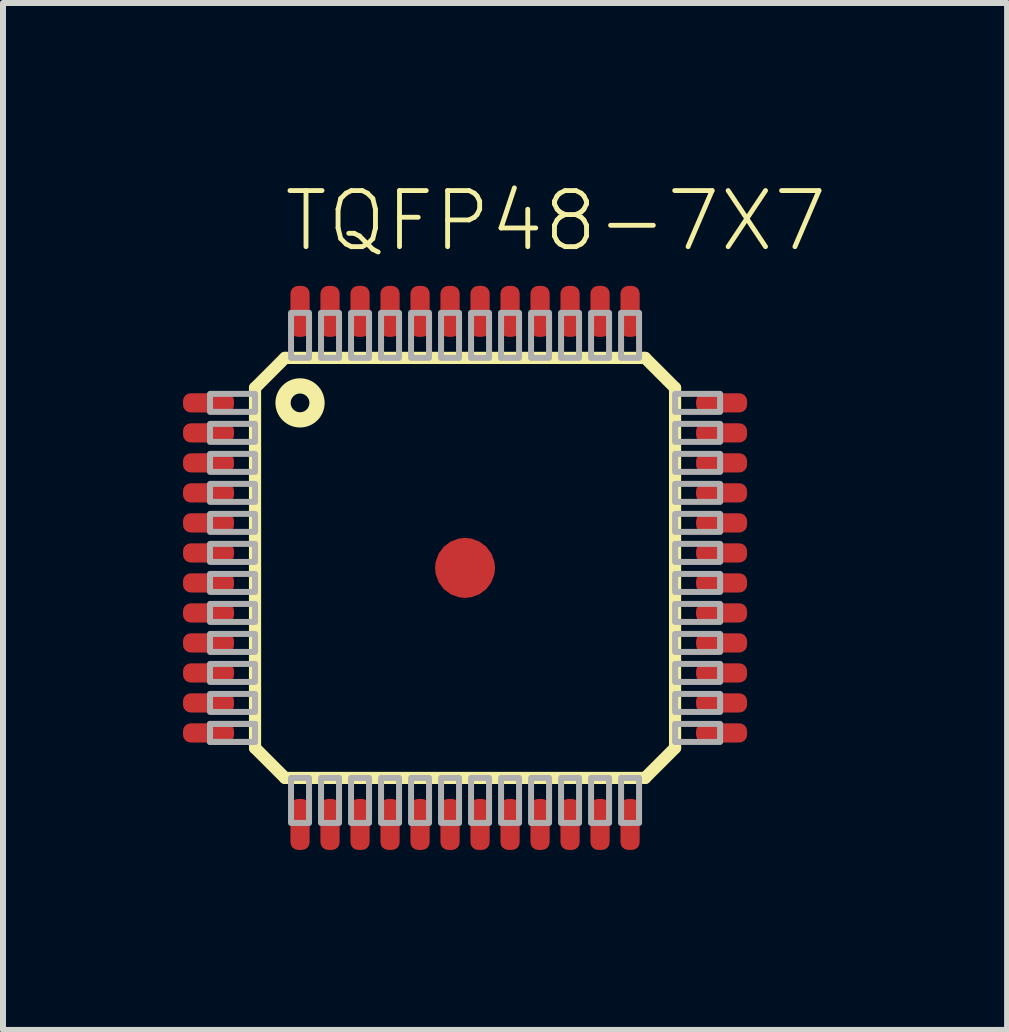
<source format=kicad_pcb>
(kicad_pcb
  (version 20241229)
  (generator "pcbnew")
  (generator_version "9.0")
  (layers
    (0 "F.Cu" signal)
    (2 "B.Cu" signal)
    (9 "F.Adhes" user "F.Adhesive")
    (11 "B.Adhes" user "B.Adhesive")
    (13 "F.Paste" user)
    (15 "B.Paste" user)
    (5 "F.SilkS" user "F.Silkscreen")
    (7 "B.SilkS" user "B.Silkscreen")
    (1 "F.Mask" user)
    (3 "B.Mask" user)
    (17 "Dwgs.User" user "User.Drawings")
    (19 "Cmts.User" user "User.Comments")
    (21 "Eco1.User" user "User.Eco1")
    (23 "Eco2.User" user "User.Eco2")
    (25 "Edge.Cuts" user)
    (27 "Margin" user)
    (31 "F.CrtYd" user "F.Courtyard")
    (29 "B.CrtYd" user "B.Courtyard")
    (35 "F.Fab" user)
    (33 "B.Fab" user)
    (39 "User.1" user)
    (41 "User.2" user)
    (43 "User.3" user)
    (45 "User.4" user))
  (footprint "TQFP48-7X7"
    (layer "F.Cu")
    (at 4.7 6.414)
    (property "Reference" "TQFP48-7X7" (at -3.06 -5.235 0) (unlocked yes) (layer "F.SilkS") (effects (font (size 0.935 0.935) (thickness 0.081)) (justify left bottom)))
    (fp_circle (center 0 0) (end 0.635 0) (stroke (width 1.27) (type solid)) (fill no) (layer "F.Mask"))
    (fp_line (start -3.5 -3) (end -3 -3.5) (stroke (width 0.203) (type solid)) (layer "F.SilkS"))
    (fp_line (start -3.5 3) (end -3.5 -3) (stroke (width 0.203) (type solid)) (layer "F.SilkS"))
    (fp_line (start -3 -3.5) (end 3 -3.5) (stroke (width 0.203) (type solid)) (layer "F.SilkS"))
    (fp_line (start -3 3.5) (end -3.5 3) (stroke (width 0.203) (type solid)) (layer "F.SilkS"))
    (fp_line (start 3 -3.5) (end 3.5 -3) (stroke (width 0.203) (type solid)) (layer "F.SilkS"))
    (fp_line (start 3 3.5) (end -3 3.5) (stroke (width 0.203) (type solid)) (layer "F.SilkS"))
    (fp_line (start 3.5 -3) (end 3.5 3) (stroke (width 0.203) (type solid)) (layer "F.SilkS"))
    (fp_line (start 3.5 3) (end 3 3.5) (stroke (width 0.203) (type solid)) (layer "F.SilkS"))
    (fp_circle (center -2.75 -2.75) (end -2.467 -2.75) (stroke (width 0.254) (type solid)) (fill no) (layer "F.SilkS"))
    (fp_poly (pts (xy -4.25 -2.6) (xy -3.5 -2.6) (xy -3.5 -2.9) (xy -4.25 -2.9)) (stroke (width 0.1) (type default)) (fill no) (layer "F.Fab"))
    (fp_poly (pts (xy -4.25 -2.1) (xy -3.5 -2.1) (xy -3.5 -2.4) (xy -4.25 -2.4)) (stroke (width 0.1) (type default)) (fill no) (layer "F.Fab"))
    (fp_poly (pts (xy -4.25 -1.6) (xy -3.5 -1.6) (xy -3.5 -1.9) (xy -4.25 -1.9)) (stroke (width 0.1) (type default)) (fill no) (layer "F.Fab"))
    (fp_poly (pts (xy -4.25 -1.1) (xy -3.5 -1.1) (xy -3.5 -1.4) (xy -4.25 -1.4)) (stroke (width 0.1) (type default)) (fill no) (layer "F.Fab"))
    (fp_poly (pts (xy -4.25 -0.6) (xy -3.5 -0.6) (xy -3.5 -0.9) (xy -4.25 -0.9)) (stroke (width 0.1) (type default)) (fill no) (layer "F.Fab"))
    (fp_poly (pts (xy -4.25 -0.1) (xy -3.5 -0.1) (xy -3.5 -0.4) (xy -4.25 -0.4)) (stroke (width 0.1) (type default)) (fill no) (layer "F.Fab"))
    (fp_poly (pts (xy -4.25 0.4) (xy -3.5 0.4) (xy -3.5 0.1) (xy -4.25 0.1)) (stroke (width 0.1) (type default)) (fill no) (layer "F.Fab"))
    (fp_poly (pts (xy -4.25 0.9) (xy -3.5 0.9) (xy -3.5 0.6) (xy -4.25 0.6)) (stroke (width 0.1) (type default)) (fill no) (layer "F.Fab"))
    (fp_poly (pts (xy -4.25 1.4) (xy -3.5 1.4) (xy -3.5 1.1) (xy -4.25 1.1)) (stroke (width 0.1) (type default)) (fill no) (layer "F.Fab"))
    (fp_poly (pts (xy -4.25 1.9) (xy -3.5 1.9) (xy -3.5 1.6) (xy -4.25 1.6)) (stroke (width 0.1) (type default)) (fill no) (layer "F.Fab"))
    (fp_poly (pts (xy -4.25 2.4) (xy -3.5 2.4) (xy -3.5 2.1) (xy -4.25 2.1)) (stroke (width 0.1) (type default)) (fill no) (layer "F.Fab"))
    (fp_poly (pts (xy -4.25 2.9) (xy -3.5 2.9) (xy -3.5 2.6) (xy -4.25 2.6)) (stroke (width 0.1) (type default)) (fill no) (layer "F.Fab"))
    (fp_poly (pts (xy -4.25 2.9) (xy -3.5 2.9) (xy -3.5 2.6) (xy -4.25 2.6)) (stroke (width 0.1) (type default)) (fill no) (layer "F.Fab"))
    (fp_poly (pts (xy -2.9 -3.5) (xy -2.6 -3.5) (xy -2.6 -4.25) (xy -2.9 -4.25)) (stroke (width 0.1) (type default)) (fill no) (layer "F.Fab"))
    (fp_poly (pts (xy -2.9 4.25) (xy -2.6 4.25) (xy -2.6 3.5) (xy -2.9 3.5)) (stroke (width 0.1) (type default)) (fill no) (layer "F.Fab"))
    (fp_poly (pts (xy -2.4 -3.5) (xy -2.1 -3.5) (xy -2.1 -4.25) (xy -2.4 -4.25)) (stroke (width 0.1) (type default)) (fill no) (layer "F.Fab"))
    (fp_poly (pts (xy -2.4 4.25) (xy -2.1 4.25) (xy -2.1 3.5) (xy -2.4 3.5)) (stroke (width 0.1) (type default)) (fill no) (layer "F.Fab"))
    (fp_poly (pts (xy -1.9 -3.5) (xy -1.6 -3.5) (xy -1.6 -4.25) (xy -1.9 -4.25)) (stroke (width 0.1) (type default)) (fill no) (layer "F.Fab"))
    (fp_poly (pts (xy -1.9 4.25) (xy -1.6 4.25) (xy -1.6 3.5) (xy -1.9 3.5)) (stroke (width 0.1) (type default)) (fill no) (layer "F.Fab"))
    (fp_poly (pts (xy -1.4 -3.5) (xy -1.1 -3.5) (xy -1.1 -4.25) (xy -1.4 -4.25)) (stroke (width 0.1) (type default)) (fill no) (layer "F.Fab"))
    (fp_poly (pts (xy -1.4 4.25) (xy -1.1 4.25) (xy -1.1 3.5) (xy -1.4 3.5)) (stroke (width 0.1) (type default)) (fill no) (layer "F.Fab"))
    (fp_poly (pts (xy -0.9 -3.5) (xy -0.6 -3.5) (xy -0.6 -4.25) (xy -0.9 -4.25)) (stroke (width 0.1) (type default)) (fill no) (layer "F.Fab"))
    (fp_poly (pts (xy -0.9 4.25) (xy -0.6 4.25) (xy -0.6 3.5) (xy -0.9 3.5)) (stroke (width 0.1) (type default)) (fill no) (layer "F.Fab"))
    (fp_poly (pts (xy -0.4 -3.5) (xy -0.1 -3.5) (xy -0.1 -4.25) (xy -0.4 -4.25)) (stroke (width 0.1) (type default)) (fill no) (layer "F.Fab"))
    (fp_poly (pts (xy -0.4 4.25) (xy -0.1 4.25) (xy -0.1 3.5) (xy -0.4 3.5)) (stroke (width 0.1) (type default)) (fill no) (layer "F.Fab"))
    (fp_poly (pts (xy 0.1 -3.5) (xy 0.4 -3.5) (xy 0.4 -4.25) (xy 0.1 -4.25)) (stroke (width 0.1) (type default)) (fill no) (layer "F.Fab"))
    (fp_poly (pts (xy 0.1 4.25) (xy 0.4 4.25) (xy 0.4 3.5) (xy 0.1 3.5)) (stroke (width 0.1) (type default)) (fill no) (layer "F.Fab"))
    (fp_poly (pts (xy 0.6 -3.5) (xy 0.9 -3.5) (xy 0.9 -4.25) (xy 0.6 -4.25)) (stroke (width 0.1) (type default)) (fill no) (layer "F.Fab"))
    (fp_poly (pts (xy 0.6 4.25) (xy 0.9 4.25) (xy 0.9 3.5) (xy 0.6 3.5)) (stroke (width 0.1) (type default)) (fill no) (layer "F.Fab"))
    (fp_poly (pts (xy 1.1 -3.5) (xy 1.4 -3.5) (xy 1.4 -4.25) (xy 1.1 -4.25)) (stroke (width 0.1) (type default)) (fill no) (layer "F.Fab"))
    (fp_poly (pts (xy 1.1 4.25) (xy 1.4 4.25) (xy 1.4 3.5) (xy 1.1 3.5)) (stroke (width 0.1) (type default)) (fill no) (layer "F.Fab"))
    (fp_poly (pts (xy 1.6 -3.5) (xy 1.9 -3.5) (xy 1.9 -4.25) (xy 1.6 -4.25)) (stroke (width 0.1) (type default)) (fill no) (layer "F.Fab"))
    (fp_poly (pts (xy 1.6 4.25) (xy 1.9 4.25) (xy 1.9 3.5) (xy 1.6 3.5)) (stroke (width 0.1) (type default)) (fill no) (layer "F.Fab"))
    (fp_poly (pts (xy 2.1 -3.5) (xy 2.4 -3.5) (xy 2.4 -4.25) (xy 2.1 -4.25)) (stroke (width 0.1) (type default)) (fill no) (layer "F.Fab"))
    (fp_poly (pts (xy 2.1 4.25) (xy 2.4 4.25) (xy 2.4 3.5) (xy 2.1 3.5)) (stroke (width 0.1) (type default)) (fill no) (layer "F.Fab"))
    (fp_poly (pts (xy 2.6 -3.5) (xy 2.9 -3.5) (xy 2.9 -4.25) (xy 2.6 -4.25)) (stroke (width 0.1) (type default)) (fill no) (layer "F.Fab"))
    (fp_poly (pts (xy 2.6 4.25) (xy 2.9 4.25) (xy 2.9 3.5) (xy 2.6 3.5)) (stroke (width 0.1) (type default)) (fill no) (layer "F.Fab"))
    (fp_poly (pts (xy 3.5 -2.6) (xy 4.25 -2.6) (xy 4.25 -2.9) (xy 3.5 -2.9)) (stroke (width 0.1) (type default)) (fill no) (layer "F.Fab"))
    (fp_poly (pts (xy 3.5 -2.1) (xy 4.25 -2.1) (xy 4.25 -2.4) (xy 3.5 -2.4)) (stroke (width 0.1) (type default)) (fill no) (layer "F.Fab"))
    (fp_poly (pts (xy 3.5 -1.6) (xy 4.25 -1.6) (xy 4.25 -1.9) (xy 3.5 -1.9)) (stroke (width 0.1) (type default)) (fill no) (layer "F.Fab"))
    (fp_poly (pts (xy 3.5 -1.1) (xy 4.25 -1.1) (xy 4.25 -1.4) (xy 3.5 -1.4)) (stroke (width 0.1) (type default)) (fill no) (layer "F.Fab"))
    (fp_poly (pts (xy 3.5 -0.6) (xy 4.25 -0.6) (xy 4.25 -0.9) (xy 3.5 -0.9)) (stroke (width 0.1) (type default)) (fill no) (layer "F.Fab"))
    (fp_poly (pts (xy 3.5 -0.1) (xy 4.25 -0.1) (xy 4.25 -0.4) (xy 3.5 -0.4)) (stroke (width 0.1) (type default)) (fill no) (layer "F.Fab"))
    (fp_poly (pts (xy 3.5 0.4) (xy 4.25 0.4) (xy 4.25 0.1) (xy 3.5 0.1)) (stroke (width 0.1) (type default)) (fill no) (layer "F.Fab"))
    (fp_poly (pts (xy 3.5 0.9) (xy 4.25 0.9) (xy 4.25 0.6) (xy 3.5 0.6)) (stroke (width 0.1) (type default)) (fill no) (layer "F.Fab"))
    (fp_poly (pts (xy 3.5 1.4) (xy 4.25 1.4) (xy 4.25 1.1) (xy 3.5 1.1)) (stroke (width 0.1) (type default)) (fill no) (layer "F.Fab"))
    (fp_poly (pts (xy 3.5 1.9) (xy 4.25 1.9) (xy 4.25 1.6) (xy 3.5 1.6)) (stroke (width 0.1) (type default)) (fill no) (layer "F.Fab"))
    (fp_poly (pts (xy 3.5 2.4) (xy 4.25 2.4) (xy 4.25 2.1) (xy 3.5 2.1)) (stroke (width 0.1) (type default)) (fill no) (layer "F.Fab"))
    (fp_poly (pts (xy 3.5 2.9) (xy 4.25 2.9) (xy 4.25 2.6) (xy 3.5 2.6)) (stroke (width 0.1) (type default)) (fill no) (layer "F.Fab"))
    (pad "1" smd roundrect (at -4.275 -2.75) (size 0.85 0.32) (layers "F.Cu" "F.Mask" "F.Paste") (roundrect_rratio 0.4))
    (pad "2" smd roundrect (at -4.275 -2.25) (size 0.85 0.32) (layers "F.Cu" "F.Mask" "F.Paste") (roundrect_rratio 0.4))
    (pad "3" smd roundrect (at -4.275 -1.75) (size 0.85 0.32) (layers "F.Cu" "F.Mask" "F.Paste") (roundrect_rratio 0.4))
    (pad "4" smd roundrect (at -4.275 -1.25) (size 0.85 0.32) (layers "F.Cu" "F.Mask" "F.Paste") (roundrect_rratio 0.4))
    (pad "5" smd roundrect (at -4.275 -0.75) (size 0.85 0.32) (layers "F.Cu" "F.Mask" "F.Paste") (roundrect_rratio 0.4))
    (pad "6" smd roundrect (at -4.275 -0.25) (size 0.85 0.32) (layers "F.Cu" "F.Mask" "F.Paste") (roundrect_rratio 0.4))
    (pad "7" smd roundrect (at -4.275 0.25) (size 0.85 0.32) (layers "F.Cu" "F.Mask" "F.Paste") (roundrect_rratio 0.4))
    (pad "8" smd roundrect (at -4.275 0.75) (size 0.85 0.32) (layers "F.Cu" "F.Mask" "F.Paste") (roundrect_rratio 0.4))
    (pad "9" smd roundrect (at -4.275 1.25) (size 0.85 0.32) (layers "F.Cu" "F.Mask" "F.Paste") (roundrect_rratio 0.4))
    (pad "10" smd roundrect (at -4.275 1.75) (size 0.85 0.32) (layers "F.Cu" "F.Mask" "F.Paste") (roundrect_rratio 0.4))
    (pad "11" smd roundrect (at -4.275 2.25) (size 0.85 0.32) (layers "F.Cu" "F.Mask" "F.Paste") (roundrect_rratio 0.4))
    (pad "12" smd roundrect (at -4.275 2.75) (size 0.85 0.32) (layers "F.Cu" "F.Mask" "F.Paste") (roundrect_rratio 0.4))
    (pad "13" smd roundrect (at -2.75 4.275 90) (size 0.85 0.32) (layers "F.Cu" "F.Mask" "F.Paste") (roundrect_rratio 0.4))
    (pad "14" smd roundrect (at -2.25 4.275 90) (size 0.85 0.32) (layers "F.Cu" "F.Mask" "F.Paste") (roundrect_rratio 0.4))
    (pad "15" smd roundrect (at -1.75 4.275 90) (size 0.85 0.32) (layers "F.Cu" "F.Mask" "F.Paste") (roundrect_rratio 0.4))
    (pad "16" smd roundrect (at -1.25 4.275 90) (size 0.85 0.32) (layers "F.Cu" "F.Mask" "F.Paste") (roundrect_rratio 0.4))
    (pad "17" smd roundrect (at -0.75 4.275 90) (size 0.85 0.32) (layers "F.Cu" "F.Mask" "F.Paste") (roundrect_rratio 0.4))
    (pad "18" smd roundrect (at -0.25 4.275 90) (size 0.85 0.32) (layers "F.Cu" "F.Mask" "F.Paste") (roundrect_rratio 0.4))
    (pad "19" smd roundrect (at 0.25 4.275 90) (size 0.85 0.32) (layers "F.Cu" "F.Mask" "F.Paste") (roundrect_rratio 0.4))
    (pad "20" smd roundrect (at 0.75 4.275 90) (size 0.85 0.32) (layers "F.Cu" "F.Mask" "F.Paste") (roundrect_rratio 0.4))
    (pad "21" smd roundrect (at 1.25 4.275 90) (size 0.85 0.32) (layers "F.Cu" "F.Mask" "F.Paste") (roundrect_rratio 0.4))
    (pad "22" smd roundrect (at 1.75 4.275 90) (size 0.85 0.32) (layers "F.Cu" "F.Mask" "F.Paste") (roundrect_rratio 0.4))
    (pad "23" smd roundrect (at 2.25 4.275 90) (size 0.85 0.32) (layers "F.Cu" "F.Mask" "F.Paste") (roundrect_rratio 0.4))
    (pad "24" smd roundrect (at 2.75 4.275 90) (size 0.85 0.32) (layers "F.Cu" "F.Mask" "F.Paste") (roundrect_rratio 0.4))
    (pad "25" smd roundrect (at 4.275 2.75) (size 0.85 0.32) (layers "F.Cu" "F.Mask" "F.Paste") (roundrect_rratio 0.4))
    (pad "26" smd roundrect (at 4.275 2.25) (size 0.85 0.32) (layers "F.Cu" "F.Mask" "F.Paste") (roundrect_rratio 0.4))
    (pad "27" smd roundrect (at 4.275 1.75) (size 0.85 0.32) (layers "F.Cu" "F.Mask" "F.Paste") (roundrect_rratio 0.4))
    (pad "28" smd roundrect (at 4.275 1.25) (size 0.85 0.32) (layers "F.Cu" "F.Mask" "F.Paste") (roundrect_rratio 0.4))
    (pad "29" smd roundrect (at 4.275 0.75) (size 0.85 0.32) (layers "F.Cu" "F.Mask" "F.Paste") (roundrect_rratio 0.4))
    (pad "30" smd roundrect (at 4.275 0.25) (size 0.85 0.32) (layers "F.Cu" "F.Mask" "F.Paste") (roundrect_rratio 0.4))
    (pad "31" smd roundrect (at 4.275 -0.25) (size 0.85 0.32) (layers "F.Cu" "F.Mask" "F.Paste") (roundrect_rratio 0.4))
    (pad "32" smd roundrect (at 4.275 -0.75) (size 0.85 0.32) (layers "F.Cu" "F.Mask" "F.Paste") (roundrect_rratio 0.4))
    (pad "33" smd roundrect (at 4.275 -1.25) (size 0.85 0.32) (layers "F.Cu" "F.Mask" "F.Paste") (roundrect_rratio 0.4))
    (pad "34" smd roundrect (at 4.275 -1.75) (size 0.85 0.32) (layers "F.Cu" "F.Mask" "F.Paste") (roundrect_rratio 0.4))
    (pad "35" smd roundrect (at 4.275 -2.25) (size 0.85 0.32) (layers "F.Cu" "F.Mask" "F.Paste") (roundrect_rratio 0.4))
    (pad "36" smd roundrect (at 4.275 -2.75) (size 0.85 0.32) (layers "F.Cu" "F.Mask" "F.Paste") (roundrect_rratio 0.4))
    (pad "37" smd roundrect (at 2.75 -4.275 90) (size 0.85 0.32) (layers "F.Cu" "F.Mask" "F.Paste") (roundrect_rratio 0.4))
    (pad "38" smd roundrect (at 2.25 -4.275 90) (size 0.85 0.32) (layers "F.Cu" "F.Mask" "F.Paste") (roundrect_rratio 0.4))
    (pad "39" smd roundrect (at 1.75 -4.275 90) (size 0.85 0.32) (layers "F.Cu" "F.Mask" "F.Paste") (roundrect_rratio 0.4))
    (pad "40" smd roundrect (at 1.25 -4.275 90) (size 0.85 0.32) (layers "F.Cu" "F.Mask" "F.Paste") (roundrect_rratio 0.4))
    (pad "41" smd roundrect (at 0.75 -4.275 90) (size 0.85 0.32) (layers "F.Cu" "F.Mask" "F.Paste") (roundrect_rratio 0.4))
    (pad "42" smd roundrect (at 0.25 -4.275 90) (size 0.85 0.32) (layers "F.Cu" "F.Mask" "F.Paste") (roundrect_rratio 0.4))
    (pad "43" smd roundrect (at -0.25 -4.275 90) (size 0.85 0.32) (layers "F.Cu" "F.Mask" "F.Paste") (roundrect_rratio 0.4))
    (pad "44" smd roundrect (at -0.75 -4.275 90) (size 0.85 0.32) (layers "F.Cu" "F.Mask" "F.Paste") (roundrect_rratio 0.4))
    (pad "45" smd roundrect (at -1.25 -4.275 90) (size 0.85 0.32) (layers "F.Cu" "F.Mask" "F.Paste") (roundrect_rratio 0.4))
    (pad "46" smd roundrect (at -1.75 -4.275 90) (size 0.85 0.32) (layers "F.Cu" "F.Mask" "F.Paste") (roundrect_rratio 0.4))
    (pad "47" smd roundrect (at -2.25 -4.275 90) (size 0.85 0.32) (layers "F.Cu" "F.Mask" "F.Paste") (roundrect_rratio 0.4))
    (pad "48" smd roundrect (at -2.75 -4.275 90) (size 0.85 0.32) (layers "F.Cu" "F.Mask" "F.Paste") (roundrect_rratio 0.4))
    (pad "P$1" smd roundrect (at 0 0) (size 1 1) (layers "F.Cu") (roundrect_rratio 0.5))
    (zone (net_name "") (layer "F.Cu") (hatch edge 0.5) (connect_pads) (min_thickness 0.25) (filled_areas_thickness no) (keepout (tracks not_allowed) (vias not_allowed) (pads not_allowed) (copperpour not_allowed) (footprints allowed)) (placement (enabled no)) (fill) (polygon (pts (xy 5.97 6.414) (xy 5.95 6.187) (xy 5.889 5.967) (xy 5.79 5.762) (xy 5.656 5.578) (xy 5.492 5.421) (xy 5.302 5.295) (xy 5.092 5.206) (xy 4.87 5.155) (xy 4.643 5.145) (xy 4.417 5.175) (xy 4.201 5.246) (xy 4 5.354) (xy 3.822 5.496) (xy 3.673 5.667) (xy 3.556 5.863) (xy 3.476 6.076) (xy 3.435 6.3) (xy 3.435 6.527) (xy 3.476 6.751) (xy 3.556 6.965) (xy 3.673 7.16) (xy 3.822 7.332) (xy 4 7.473) (xy 4.201 7.581) (xy 4.417 7.652) (xy 4.643 7.682) (xy 4.87 7.672) (xy 5.092 7.621) (xy 5.302 7.532) (xy 5.492 7.406) (xy 5.656 7.249) (xy 5.79 7.065) (xy 5.889 6.86) (xy 5.95 6.64))) (polygon (pts (xy 4.7 6.414)))))
  (gr_rect
    (start -3 -3)
    (end 13.733 14.114)
    (stroke (width 0.1) (type default))
    (fill no)
    (layer "Edge.Cuts")))
</source>
